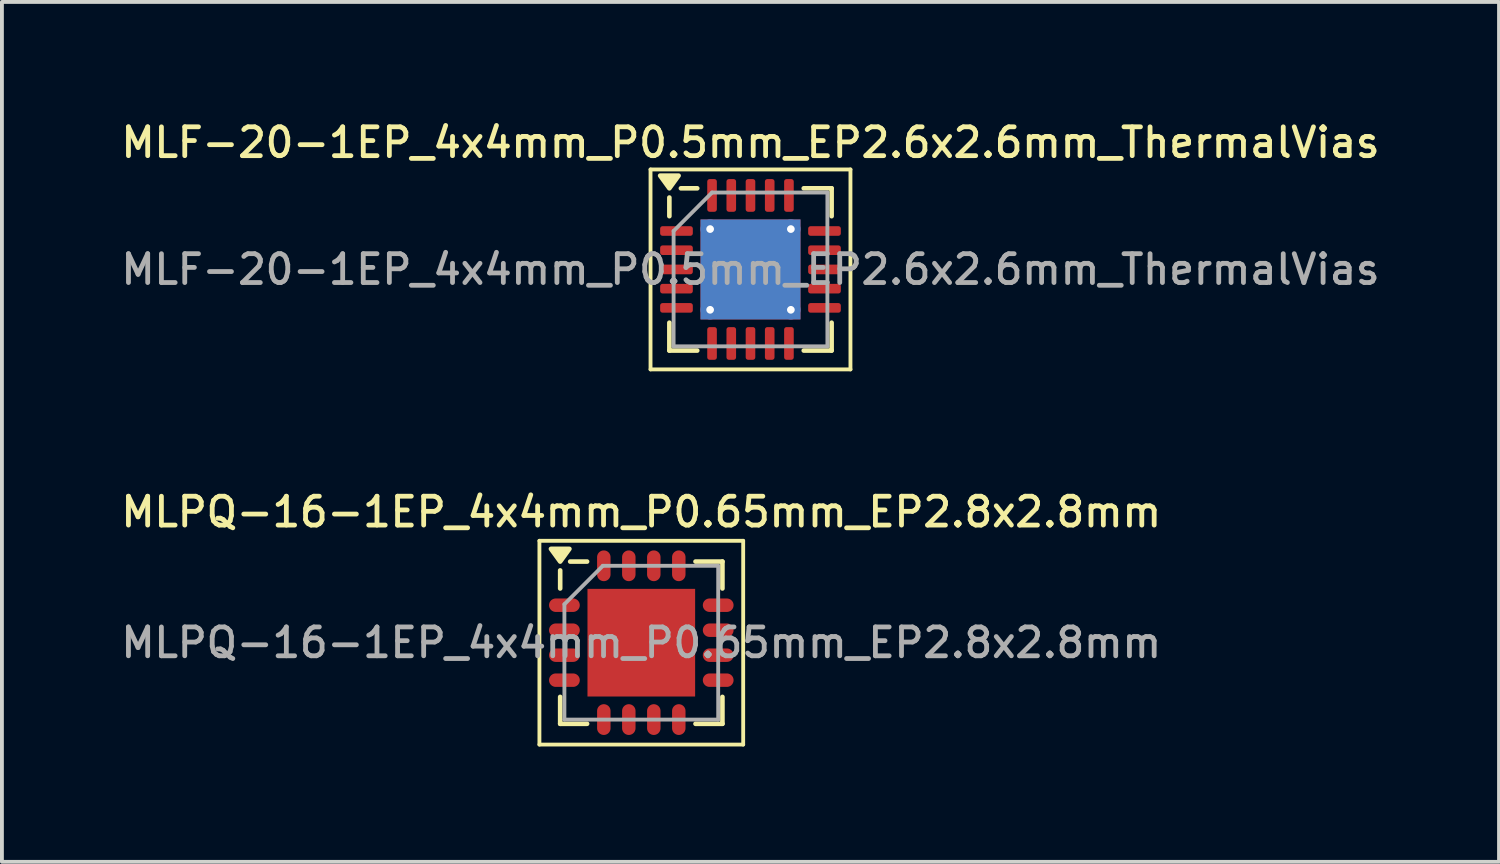
<source format=kicad_pcb>
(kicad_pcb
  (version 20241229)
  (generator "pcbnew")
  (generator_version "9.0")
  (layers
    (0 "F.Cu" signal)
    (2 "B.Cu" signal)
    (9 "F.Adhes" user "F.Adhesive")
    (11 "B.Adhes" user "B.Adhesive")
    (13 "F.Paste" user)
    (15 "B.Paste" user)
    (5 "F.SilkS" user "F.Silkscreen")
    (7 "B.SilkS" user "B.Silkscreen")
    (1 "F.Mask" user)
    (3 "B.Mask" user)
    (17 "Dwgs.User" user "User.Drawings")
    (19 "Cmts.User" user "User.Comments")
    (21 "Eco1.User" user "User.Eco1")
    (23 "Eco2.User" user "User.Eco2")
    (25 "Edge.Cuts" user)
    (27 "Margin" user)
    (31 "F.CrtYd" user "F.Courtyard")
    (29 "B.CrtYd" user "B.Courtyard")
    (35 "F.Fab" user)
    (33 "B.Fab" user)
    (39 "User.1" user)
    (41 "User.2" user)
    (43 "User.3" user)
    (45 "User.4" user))
  (footprint "MLF-20-1EP_4x4mm_P0.5mm_EP2.6x2.6mm_ThermalVias"
    (layer "F.Cu")
    (at 16.47 3.958)
    (property "Reference" "MLF-20-1EP_4x4mm_P0.5mm_EP2.6x2.6mm_ThermalVias" (at 0 -3.3 0) (layer "F.SilkS") (effects (font (size 0.75 0.75) (thickness 0.125))))
    (attr smd)
    (fp_line (start -2.6 -2.6) (end -2.6 2.6) (stroke (width 0.1) (type solid)) (layer "F.SilkS"))
    (fp_line (start -2.6 2.6) (end 2.6 2.6) (stroke (width 0.1) (type solid)) (layer "F.SilkS"))
    (fp_line (start -2.11 -1.385) (end -2.11 -1.87) (stroke (width 0.12) (type solid)) (layer "F.SilkS"))
    (fp_line (start -2.11 2.11) (end -2.11 1.385) (stroke (width 0.12) (type solid)) (layer "F.SilkS"))
    (fp_line (start -1.385 -2.11) (end -1.81 -2.11) (stroke (width 0.12) (type solid)) (layer "F.SilkS"))
    (fp_line (start -1.385 2.11) (end -2.11 2.11) (stroke (width 0.12) (type solid)) (layer "F.SilkS"))
    (fp_line (start 1.385 -2.11) (end 2.11 -2.11) (stroke (width 0.12) (type solid)) (layer "F.SilkS"))
    (fp_line (start 1.385 2.11) (end 2.11 2.11) (stroke (width 0.12) (type solid)) (layer "F.SilkS"))
    (fp_line (start 2.11 -2.11) (end 2.11 -1.385) (stroke (width 0.12) (type solid)) (layer "F.SilkS"))
    (fp_line (start 2.11 2.11) (end 2.11 1.385) (stroke (width 0.12) (type solid)) (layer "F.SilkS"))
    (fp_line (start 2.6 -2.6) (end -2.6 -2.6) (stroke (width 0.1) (type solid)) (layer "F.SilkS"))
    (fp_line (start 2.6 2.6) (end 2.6 -2.6) (stroke (width 0.1) (type solid)) (layer "F.SilkS"))
    (fp_poly (pts (xy -2.11 -2.11) (xy -2.35 -2.44) (xy -1.87 -2.44) (xy -2.11 -2.11)) (stroke (width 0.12) (type solid)) (fill yes) (layer "F.SilkS"))
    (fp_line (start -2 -1) (end -1 -2) (stroke (width 0.1) (type solid)) (layer "F.Fab"))
    (fp_line (start -2 2) (end -2 -1) (stroke (width 0.1) (type solid)) (layer "F.Fab"))
    (fp_line (start -1 -2) (end 2 -2) (stroke (width 0.1) (type solid)) (layer "F.Fab"))
    (fp_line (start 2 -2) (end 2 2) (stroke (width 0.1) (type solid)) (layer "F.Fab"))
    (fp_line (start 2 2) (end -2 2) (stroke (width 0.1) (type solid)) (layer "F.Fab"))
    (fp_text user "${REFERENCE}" (at 0 0 0) (layer "F.Fab") (effects (font (size 0.75 0.75) (thickness 0.125))))
    (pad "" smd roundrect (at -0.65 -0.65) (size 1.13 1.13) (layers "F.Paste") (roundrect_rratio 0.221))
    (pad "" smd roundrect (at -0.65 0.65) (size 1.13 1.13) (layers "F.Paste") (roundrect_rratio 0.221))
    (pad "" smd roundrect (at 0.65 -0.65) (size 1.13 1.13) (layers "F.Paste") (roundrect_rratio 0.221))
    (pad "" smd roundrect (at 0.65 0.65) (size 1.13 1.13) (layers "F.Paste") (roundrect_rratio 0.221))
    (pad "1" smd roundrect (at -1.925 -1) (size 0.85 0.25) (layers "F.Cu" "F.Mask" "F.Paste") (roundrect_rratio 0.25))
    (pad "2" smd roundrect (at -1.925 -0.5) (size 0.85 0.25) (layers "F.Cu" "F.Mask" "F.Paste") (roundrect_rratio 0.25))
    (pad "3" smd roundrect (at -1.925 0) (size 0.85 0.25) (layers "F.Cu" "F.Mask" "F.Paste") (roundrect_rratio 0.25))
    (pad "4" smd roundrect (at -1.925 0.5) (size 0.85 0.25) (layers "F.Cu" "F.Mask" "F.Paste") (roundrect_rratio 0.25))
    (pad "5" smd roundrect (at -1.925 1) (size 0.85 0.25) (layers "F.Cu" "F.Mask" "F.Paste") (roundrect_rratio 0.25))
    (pad "6" smd roundrect (at -1 1.925) (size 0.25 0.85) (layers "F.Cu" "F.Mask" "F.Paste") (roundrect_rratio 0.25))
    (pad "7" smd roundrect (at -0.5 1.925) (size 0.25 0.85) (layers "F.Cu" "F.Mask" "F.Paste") (roundrect_rratio 0.25))
    (pad "8" smd roundrect (at 0 1.925) (size 0.25 0.85) (layers "F.Cu" "F.Mask" "F.Paste") (roundrect_rratio 0.25))
    (pad "9" smd roundrect (at 0.5 1.925) (size 0.25 0.85) (layers "F.Cu" "F.Mask" "F.Paste") (roundrect_rratio 0.25))
    (pad "10" smd roundrect (at 1 1.925) (size 0.25 0.85) (layers "F.Cu" "F.Mask" "F.Paste") (roundrect_rratio 0.25))
    (pad "11" smd roundrect (at 1.925 1) (size 0.85 0.25) (layers "F.Cu" "F.Mask" "F.Paste") (roundrect_rratio 0.25))
    (pad "12" smd roundrect (at 1.925 0.5) (size 0.85 0.25) (layers "F.Cu" "F.Mask" "F.Paste") (roundrect_rratio 0.25))
    (pad "13" smd roundrect (at 1.925 0) (size 0.85 0.25) (layers "F.Cu" "F.Mask" "F.Paste") (roundrect_rratio 0.25))
    (pad "14" smd roundrect (at 1.925 -0.5) (size 0.85 0.25) (layers "F.Cu" "F.Mask" "F.Paste") (roundrect_rratio 0.25))
    (pad "15" smd roundrect (at 1.925 -1) (size 0.85 0.25) (layers "F.Cu" "F.Mask" "F.Paste") (roundrect_rratio 0.25))
    (pad "16" smd roundrect (at 1 -1.925) (size 0.25 0.85) (layers "F.Cu" "F.Mask" "F.Paste") (roundrect_rratio 0.25))
    (pad "17" smd roundrect (at 0.5 -1.925) (size 0.25 0.85) (layers "F.Cu" "F.Mask" "F.Paste") (roundrect_rratio 0.25))
    (pad "18" smd roundrect (at 0 -1.925) (size 0.25 0.85) (layers "F.Cu" "F.Mask" "F.Paste") (roundrect_rratio 0.25))
    (pad "19" smd roundrect (at -0.5 -1.925) (size 0.25 0.85) (layers "F.Cu" "F.Mask" "F.Paste") (roundrect_rratio 0.25))
    (pad "20" smd roundrect (at -1 -1.925) (size 0.25 0.85) (layers "F.Cu" "F.Mask" "F.Paste") (roundrect_rratio 0.25))
    (pad "21" thru_hole circle (at -1.05 -1.05) (size 0.5 0.5) (drill 0.2) (property pad_prop_heatsink) (layers "*.Cu"))
    (pad "21" thru_hole circle (at -1.05 1.05) (size 0.5 0.5) (drill 0.2) (property pad_prop_heatsink) (layers "*.Cu"))
    (pad "21" smd rect (at 0 0) (size 2.6 2.6) (property pad_prop_heatsink) (layers "F.Cu" "F.Mask"))
    (pad "21" smd rect (at 0 0) (size 2.6 2.6) (property pad_prop_heatsink) (layers "B.Cu"))
    (pad "21" thru_hole circle (at 1.05 -1.05) (size 0.5 0.5) (drill 0.2) (property pad_prop_heatsink) (layers "*.Cu"))
    (pad "21" thru_hole circle (at 1.05 1.05) (size 0.5 0.5) (drill 0.2) (property pad_prop_heatsink) (layers "*.Cu")))
  (footprint "MLPQ-16-1EP_4x4mm_P0.65mm_EP2.8x2.8mm"
    (layer "F.Cu")
    (at 13.63 13.666)
    (property "Reference" "MLPQ-16-1EP_4x4mm_P0.65mm_EP2.8x2.8mm" (at 0 -3.4 0) (layer "F.SilkS") (effects (font (size 0.75 0.75) (thickness 0.125))))
    (attr smd)
    (fp_line (start -2.65 -2.65) (end -2.65 2.65) (stroke (width 0.1) (type solid)) (layer "F.SilkS"))
    (fp_line (start -2.65 -2.65) (end 2.65 -2.65) (stroke (width 0.1) (type solid)) (layer "F.SilkS"))
    (fp_line (start -2.65 2.65) (end 2.65 2.65) (stroke (width 0.1) (type solid)) (layer "F.SilkS"))
    (fp_line (start -2.11 -1.88) (end -2.11 -1.41) (stroke (width 0.12) (type solid)) (layer "F.SilkS"))
    (fp_line (start -2.11 2.11) (end -2.11 1.41) (stroke (width 0.12) (type solid)) (layer "F.SilkS"))
    (fp_line (start -2.11 2.11) (end -1.41 2.11) (stroke (width 0.12) (type solid)) (layer "F.SilkS"))
    (fp_line (start -1.41 -2.11) (end -1.85 -2.11) (stroke (width 0.12) (type solid)) (layer "F.SilkS"))
    (fp_line (start 2.11 -2.11) (end 1.41 -2.11) (stroke (width 0.12) (type solid)) (layer "F.SilkS"))
    (fp_line (start 2.11 -2.11) (end 2.11 -1.41) (stroke (width 0.12) (type solid)) (layer "F.SilkS"))
    (fp_line (start 2.11 2.11) (end 1.41 2.11) (stroke (width 0.12) (type solid)) (layer "F.SilkS"))
    (fp_line (start 2.11 2.11) (end 2.11 1.41) (stroke (width 0.12) (type solid)) (layer "F.SilkS"))
    (fp_line (start 2.65 -2.65) (end 2.65 2.65) (stroke (width 0.1) (type solid)) (layer "F.SilkS"))
    (fp_poly (pts (xy -2.11 -2.11) (xy -2.35 -2.44) (xy -1.87 -2.44) (xy -2.11 -2.11)) (stroke (width 0.12) (type solid)) (fill yes) (layer "F.SilkS"))
    (fp_line (start -2 -1) (end -1 -2) (stroke (width 0.1) (type solid)) (layer "F.Fab"))
    (fp_line (start -2 2) (end -2 -1) (stroke (width 0.1) (type solid)) (layer "F.Fab"))
    (fp_line (start -1 -2) (end 2 -2) (stroke (width 0.1) (type solid)) (layer "F.Fab"))
    (fp_line (start 2 -2) (end 2 2) (stroke (width 0.1) (type solid)) (layer "F.Fab"))
    (fp_line (start 2 2) (end -2 2) (stroke (width 0.1) (type solid)) (layer "F.Fab"))
    (fp_text user "${REFERENCE}" (at 0 0 0) (layer "F.Fab") (effects (font (size 0.75 0.75) (thickness 0.125))))
    (pad "" smd rect (at -0.7 -0.7) (size 1.13 1.13) (layers "F.Paste"))
    (pad "" smd rect (at -0.7 0.7) (size 1.13 1.13) (layers "F.Paste"))
    (pad "" smd rect (at 0.7 -0.7) (size 1.13 1.13) (layers "F.Paste"))
    (pad "" smd rect (at 0.7 0.7) (size 1.13 1.13) (layers "F.Paste"))
    (pad "1" smd oval (at -2 -0.975) (size 0.8 0.35) (layers "F.Cu" "F.Mask" "F.Paste"))
    (pad "2" smd oval (at -2 -0.325) (size 0.8 0.35) (layers "F.Cu" "F.Mask" "F.Paste"))
    (pad "3" smd oval (at -2 0.325) (size 0.8 0.35) (layers "F.Cu" "F.Mask" "F.Paste"))
    (pad "4" smd oval (at -2 0.975) (size 0.8 0.35) (layers "F.Cu" "F.Mask" "F.Paste"))
    (pad "5" smd oval (at -0.975 2 90) (size 0.8 0.35) (layers "F.Cu" "F.Mask" "F.Paste"))
    (pad "6" smd oval (at -0.325 2 90) (size 0.8 0.35) (layers "F.Cu" "F.Mask" "F.Paste"))
    (pad "7" smd oval (at 0.325 2 90) (size 0.8 0.35) (layers "F.Cu" "F.Mask" "F.Paste"))
    (pad "8" smd oval (at 0.975 2 90) (size 0.8 0.35) (layers "F.Cu" "F.Mask" "F.Paste"))
    (pad "9" smd oval (at 2 0.975) (size 0.8 0.35) (layers "F.Cu" "F.Mask" "F.Paste"))
    (pad "10" smd oval (at 2 0.325) (size 0.8 0.35) (layers "F.Cu" "F.Mask" "F.Paste"))
    (pad "11" smd oval (at 2 -0.325) (size 0.8 0.35) (layers "F.Cu" "F.Mask" "F.Paste"))
    (pad "12" smd oval (at 2 -0.975) (size 0.8 0.35) (layers "F.Cu" "F.Mask" "F.Paste"))
    (pad "13" smd oval (at 0.975 -2 90) (size 0.8 0.35) (layers "F.Cu" "F.Mask" "F.Paste"))
    (pad "14" smd oval (at 0.325 -2 90) (size 0.8 0.35) (layers "F.Cu" "F.Mask" "F.Paste"))
    (pad "15" smd oval (at -0.325 -2 90) (size 0.8 0.35) (layers "F.Cu" "F.Mask" "F.Paste"))
    (pad "16" smd oval (at -0.975 -2 90) (size 0.8 0.35) (layers "F.Cu" "F.Mask" "F.Paste"))
    (pad "17" smd rect (at 0 0) (size 2.8 2.8) (layers "F.Cu" "F.Mask")))
  (gr_rect
    (start -3 -3)
    (end 35.939 19.366)
    (stroke (width 0.1) (type default))
    (fill no)
    (layer "Edge.Cuts")))
</source>
